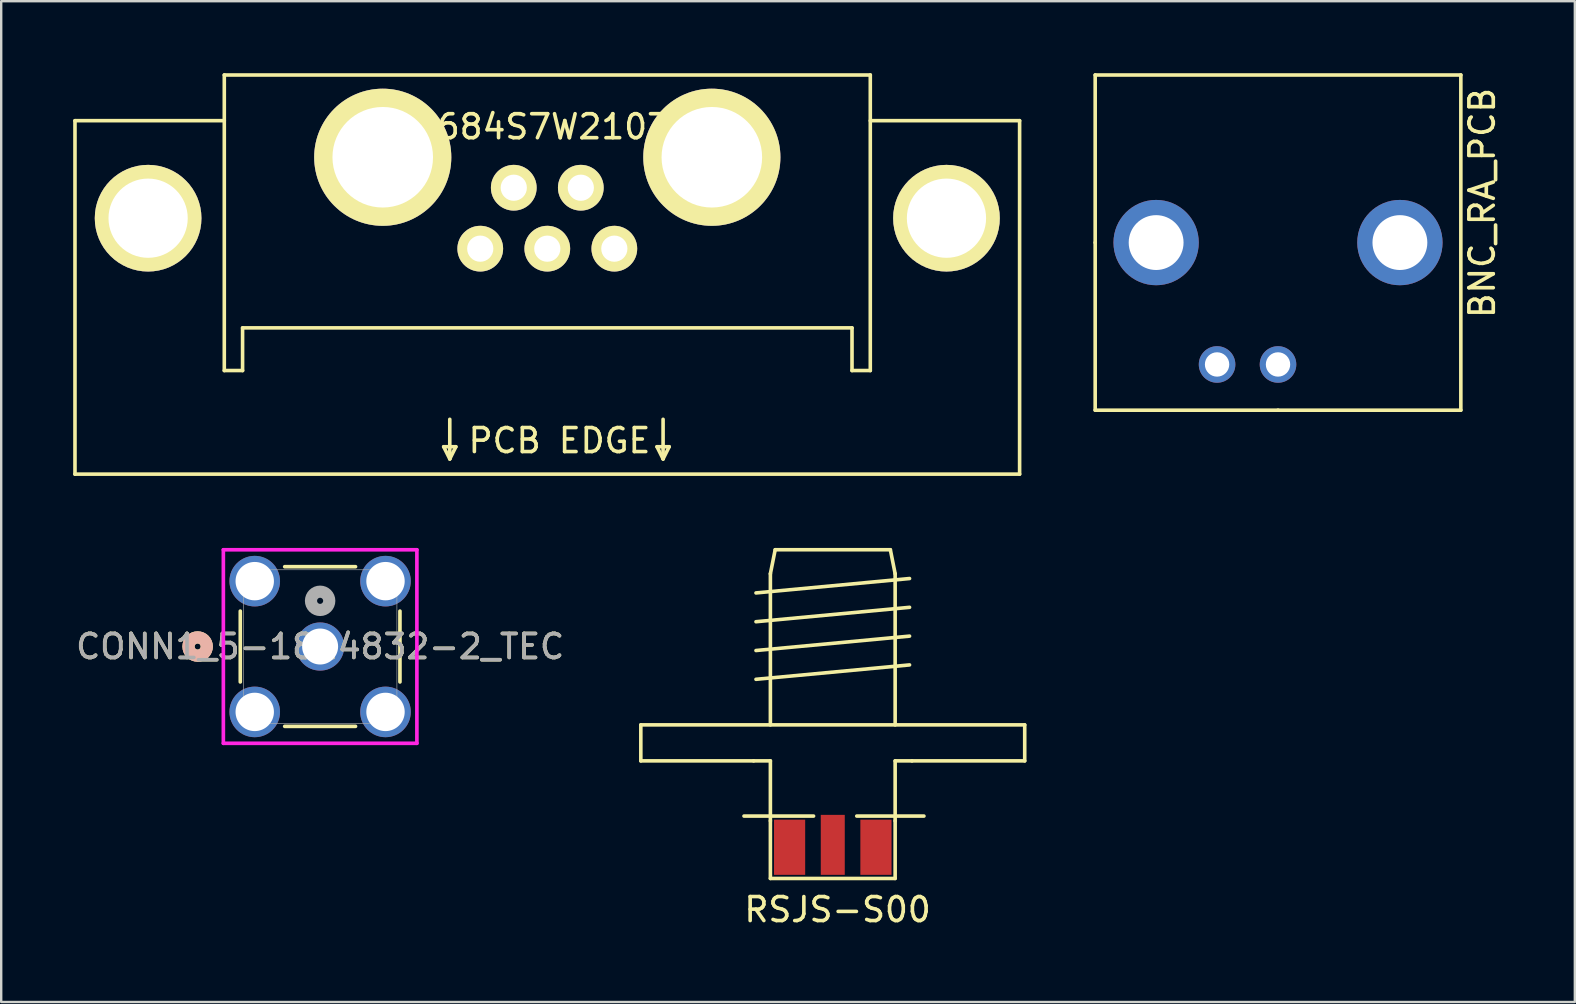
<source format=kicad_pcb>
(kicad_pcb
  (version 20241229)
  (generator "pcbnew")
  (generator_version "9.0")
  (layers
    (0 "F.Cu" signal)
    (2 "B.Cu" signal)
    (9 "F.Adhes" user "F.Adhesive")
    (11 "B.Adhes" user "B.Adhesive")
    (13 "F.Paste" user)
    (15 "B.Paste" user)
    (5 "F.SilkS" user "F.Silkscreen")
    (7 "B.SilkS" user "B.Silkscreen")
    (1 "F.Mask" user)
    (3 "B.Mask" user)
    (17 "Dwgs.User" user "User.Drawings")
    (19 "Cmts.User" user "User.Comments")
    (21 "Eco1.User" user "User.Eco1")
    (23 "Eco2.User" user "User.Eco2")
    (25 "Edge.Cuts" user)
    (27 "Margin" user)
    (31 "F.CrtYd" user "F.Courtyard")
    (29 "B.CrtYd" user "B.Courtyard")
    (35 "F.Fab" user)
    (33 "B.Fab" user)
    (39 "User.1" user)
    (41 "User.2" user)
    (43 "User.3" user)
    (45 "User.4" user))
  (footprint "RSJS-S00"
    (layer "F.Cu")
    (at 31.658 31.062)
    (property "Reference" "RSJS-S00" (at 0.2 3.8 0) (layer "F.SilkS") (effects (font (size 1 1) (thickness 0.15))))
    (attr through_hole)
    (fp_line (start -8 -3.9) (end -8 -2.4) (stroke (width 0.15) (type solid)) (layer "F.SilkS"))
    (fp_line (start -8 -2.4) (end -3.3 -2.4) (stroke (width 0.15) (type solid)) (layer "F.SilkS"))
    (fp_line (start -3.3 -2.4) (end -2.6 -2.4) (stroke (width 0.15) (type solid)) (layer "F.SilkS"))
    (fp_line (start -2.6 -10.2) (end -2.4 -11.2) (stroke (width 0.15) (type solid)) (layer "F.SilkS"))
    (fp_line (start -2.6 -3.9) (end -2.6 -10.2) (stroke (width 0.15) (type solid)) (layer "F.SilkS"))
    (fp_line (start -2.6 -2.4) (end -2.6 0.1) (stroke (width 0.15) (type solid)) (layer "F.SilkS"))
    (fp_line (start -2.6 0.1) (end -2.6 2.5) (stroke (width 0.15) (type solid)) (layer "F.SilkS"))
    (fp_line (start -2.6 2.5) (end 2.6 2.5) (stroke (width 0.15) (type solid)) (layer "F.SilkS"))
    (fp_line (start -2.4 -11.2) (end 2.4 -11.2) (stroke (width 0.15) (type solid)) (layer "F.SilkS"))
    (fp_line (start -0.8 -0.1) (end -3.7 -0.1) (stroke (width 0.15) (type solid)) (layer "F.SilkS"))
    (fp_line (start 1 -0.1) (end 3.8 -0.1) (stroke (width 0.15) (type solid)) (layer "F.SilkS"))
    (fp_line (start 2.4 -11.2) (end 2.6 -10.2) (stroke (width 0.15) (type solid)) (layer "F.SilkS"))
    (fp_line (start 2.6 -10.2) (end 2.6 -3.9) (stroke (width 0.15) (type solid)) (layer "F.SilkS"))
    (fp_line (start 2.6 -2.4) (end 2.6 0.1) (stroke (width 0.15) (type solid)) (layer "F.SilkS"))
    (fp_line (start 2.6 2.5) (end 2.6 0.1) (stroke (width 0.15) (type solid)) (layer "F.SilkS"))
    (fp_line (start 3.2 -10) (end -3.2 -9.4) (stroke (width 0.15) (type solid)) (layer "F.SilkS"))
    (fp_line (start 3.2 -8.8) (end -3.2 -8.2) (stroke (width 0.15) (type solid)) (layer "F.SilkS"))
    (fp_line (start 3.2 -7.6) (end -3.2 -7) (stroke (width 0.15) (type solid)) (layer "F.SilkS"))
    (fp_line (start 3.2 -6.4) (end -3.2 -5.8) (stroke (width 0.15) (type solid)) (layer "F.SilkS"))
    (fp_line (start 3.3 -2.4) (end 2.6 -2.4) (stroke (width 0.15) (type solid)) (layer "F.SilkS"))
    (fp_line (start 3.3 -2.4) (end 8 -2.4) (stroke (width 0.15) (type solid)) (layer "F.SilkS"))
    (fp_line (start 8 -3.9) (end -8 -3.9) (stroke (width 0.15) (type solid)) (layer "F.SilkS"))
    (fp_line (start 8 -2.4) (end 8 -3.9) (stroke (width 0.15) (type solid)) (layer "F.SilkS"))
    (pad "1" smd rect (at -1.8 1.2) (size 1.3 2.3) (layers "F.Cu" "F.Mask" "F.Paste"))
    (pad "2" smd rect (at 1.8 1.2) (size 1.3 2.3) (layers "F.Cu" "F.Mask" "F.Paste"))
    (pad "3" smd rect (at 0 1.1) (size 1 2.5) (layers "F.Cu" "F.Mask" "F.Paste")))
  (footprint "BNC_RA_PCB"
    (layer "F.Cu")
    (at 50.215 12.14)
    (property "Reference" "BNC_RA_PCB" (at 8.509 -6.731 270) (layer "F.SilkS") (effects (font (size 1.016 1.016) (thickness 0.152))))
    (attr through_hole)
    (fp_line (start -7.62 -12.065) (end 7.62 -12.065) (stroke (width 0.15) (type solid)) (layer "F.SilkS"))
    (fp_line (start -7.62 -5.08) (end -7.62 -12.065) (stroke (width 0.15) (type solid)) (layer "F.SilkS"))
    (fp_line (start -7.62 1.905) (end -7.62 -5.08) (stroke (width 0.15) (type solid)) (layer "F.SilkS"))
    (fp_line (start 0 1.905) (end -7.62 1.905) (stroke (width 0.15) (type solid)) (layer "F.SilkS"))
    (fp_line (start 7.62 -12.065) (end 7.62 1.905) (stroke (width 0.15) (type solid)) (layer "F.SilkS"))
    (fp_line (start 7.62 1.905) (end 0 1.905) (stroke (width 0.15) (type solid)) (layer "F.SilkS"))
    (pad "1" thru_hole circle (at 0 0) (size 1.524 1.524) (drill 1.016) (layers "*.Cu" "*.Mask"))
    (pad "2" thru_hole circle (at -2.54 0) (size 1.524 1.524) (drill 1.016) (layers "*.Cu" "*.Mask"))
    (pad "3" thru_hole circle (at 5.08 -5.08) (size 3.556 3.556) (drill 2.286) (layers "*.Cu" "*.Mask"))
    (pad "4" thru_hole circle (at -5.08 -5.08) (size 3.556 3.556) (drill 2.286) (layers "*.Cu" "*.Mask")))
  (footprint "684S7W2103"
    (layer "F.Cu")
    (at 19.76 6.044)
    (property "Reference" "684S7W2103" (at 0.254 -3.81 0) (layer "F.SilkS") (effects (font (size 1 1) (thickness 0.15))))
    (attr through_hole)
    (fp_line (start -19.685 -4.064) (end -19.685 10.668) (stroke (width 0.15) (type solid)) (layer "F.SilkS"))
    (fp_line (start -19.685 -4.064) (end -13.462 -4.064) (stroke (width 0.15) (type solid)) (layer "F.SilkS"))
    (fp_line (start -19.685 10.668) (end 19.685 10.668) (stroke (width 0.15) (type solid)) (layer "F.SilkS"))
    (fp_line (start -13.462 -5.969) (end -13.462 6.35) (stroke (width 0.15) (type solid)) (layer "F.SilkS"))
    (fp_line (start -13.462 6.35) (end -12.7 6.35) (stroke (width 0.15) (type solid)) (layer "F.SilkS"))
    (fp_line (start -12.7 4.572) (end 12.7 4.572) (stroke (width 0.15) (type solid)) (layer "F.SilkS"))
    (fp_line (start -12.7 6.35) (end -12.7 4.572) (stroke (width 0.15) (type solid)) (layer "F.SilkS"))
    (fp_line (start -4.318 9.525) (end -3.81 9.525) (stroke (width 0.15) (type solid)) (layer "F.SilkS"))
    (fp_line (start -4.064 8.382) (end -4.064 10.033) (stroke (width 0.15) (type solid)) (layer "F.SilkS"))
    (fp_line (start -4.064 10.033) (end -4.318 9.525) (stroke (width 0.15) (type solid)) (layer "F.SilkS"))
    (fp_line (start -3.81 9.525) (end -4.064 10.033) (stroke (width 0.15) (type solid)) (layer "F.SilkS"))
    (fp_line (start 4.572 9.525) (end 5.08 9.525) (stroke (width 0.15) (type solid)) (layer "F.SilkS"))
    (fp_line (start 4.826 8.382) (end 4.826 10.033) (stroke (width 0.15) (type solid)) (layer "F.SilkS"))
    (fp_line (start 4.826 10.033) (end 4.572 9.525) (stroke (width 0.15) (type solid)) (layer "F.SilkS"))
    (fp_line (start 5.08 9.525) (end 4.826 10.033) (stroke (width 0.15) (type solid)) (layer "F.SilkS"))
    (fp_line (start 12.7 4.572) (end 12.7 6.35) (stroke (width 0.15) (type solid)) (layer "F.SilkS"))
    (fp_line (start 12.7 6.35) (end 13.462 6.35) (stroke (width 0.15) (type solid)) (layer "F.SilkS"))
    (fp_line (start 13.462 -5.969) (end -13.462 -5.969) (stroke (width 0.15) (type solid)) (layer "F.SilkS"))
    (fp_line (start 13.462 6.35) (end 13.462 -5.969) (stroke (width 0.15) (type solid)) (layer "F.SilkS"))
    (fp_line (start 19.685 -4.064) (end 13.462 -4.064) (stroke (width 0.15) (type solid)) (layer "F.SilkS"))
    (fp_line (start 19.685 10.668) (end 19.685 -4.064) (stroke (width 0.15) (type solid)) (layer "F.SilkS"))
    (fp_text user "PCB EDGE" (at 0.508 9.271 0) (layer "F.SilkS") (effects (font (size 1 1) (thickness 0.15))))
    (pad "" np_thru_hole circle (at -16.637 0) (size 4.445 4.445) (drill 3.302) (layers "*.Cu" "*.Mask" "F.SilkS"))
    (pad "" np_thru_hole circle (at 16.637 0) (size 4.445 4.445) (drill 3.302) (layers "*.Cu" "*.Mask" "F.SilkS"))
    (pad "1" thru_hole circle (at -1.397 -1.27) (size 1.905 1.905) (drill 1.092) (layers "*.Cu" "*.Mask" "F.SilkS"))
    (pad "2" thru_hole circle (at 1.397 -1.27) (size 1.905 1.905) (drill 1.092) (layers "*.Cu" "*.Mask" "F.SilkS"))
    (pad "3" thru_hole circle (at -2.794 1.27) (size 1.905 1.905) (drill 1.092) (layers "*.Cu" "*.Mask" "F.SilkS"))
    (pad "4" thru_hole circle (at 0 1.27) (size 1.905 1.905) (drill 1.092) (layers "*.Cu" "*.Mask" "F.SilkS"))
    (pad "5" thru_hole circle (at 2.794 1.27) (size 1.905 1.905) (drill 1.092) (layers "*.Cu" "*.Mask" "F.SilkS"))
    (pad "A1" thru_hole circle (at -6.858 -2.54) (size 5.715 5.715) (drill 4.191) (layers "*.Cu" "*.Mask" "F.SilkS"))
    (pad "A2" thru_hole circle (at 6.858 -2.54) (size 5.715 5.715) (drill 4.191) (layers "*.Cu" "*.Mask" "F.SilkS")))
  (footprint "CONN1_5-1814832-2_TEC"
    (layer "F.Cu")
    (at 10.292 23.896)
    (property "Reference" "CONN1_5-1814832-2_TEC" (at 0 0 0) (unlocked yes) (layer "F.SilkS") (effects (font (size 1 1) (thickness 0.15))))
    (attr through_hole)
    (fp_line (start -3.327 -1.476) (end -3.327 1.476) (stroke (width 0.152) (type solid)) (layer "F.SilkS"))
    (fp_line (start -1.476 3.327) (end 1.476 3.327) (stroke (width 0.152) (type solid)) (layer "F.SilkS"))
    (fp_line (start 1.476 -3.327) (end -1.476 -3.327) (stroke (width 0.152) (type solid)) (layer "F.SilkS"))
    (fp_line (start 3.327 1.476) (end 3.327 -1.476) (stroke (width 0.152) (type solid)) (layer "F.SilkS"))
    (fp_circle (center -5.105 0) (end -4.724 0) (stroke (width 0.508) (type solid)) (fill no) (layer "F.SilkS"))
    (fp_circle (center -5.105 0) (end -4.724 0) (stroke (width 0.508) (type solid)) (fill no) (layer "B.SilkS"))
    (fp_line (start -4.033 -4.033) (end -4.033 4.033) (stroke (width 0.152) (type solid)) (layer "F.CrtYd"))
    (fp_line (start -4.033 4.033) (end 4.033 4.033) (stroke (width 0.152) (type solid)) (layer "F.CrtYd"))
    (fp_line (start 4.033 -4.033) (end -4.033 -4.033) (stroke (width 0.152) (type solid)) (layer "F.CrtYd"))
    (fp_line (start 4.033 4.033) (end 4.033 -4.033) (stroke (width 0.152) (type solid)) (layer "F.CrtYd"))
    (fp_line (start -3.2 -3.2) (end -3.2 3.2) (stroke (width 0.025) (type solid)) (layer "F.Fab"))
    (fp_line (start -3.2 3.2) (end 3.2 3.2) (stroke (width 0.025) (type solid)) (layer "F.Fab"))
    (fp_line (start 3.2 -3.2) (end -3.2 -3.2) (stroke (width 0.025) (type solid)) (layer "F.Fab"))
    (fp_line (start 3.2 3.2) (end 3.2 -3.2) (stroke (width 0.025) (type solid)) (layer "F.Fab"))
    (fp_circle (center 0 -1.905) (end 0.381 -1.905) (stroke (width 0.508) (type solid)) (fill no) (layer "F.Fab"))
    (fp_text user "${REFERENCE}" (at 0 0 0) (unlocked yes) (layer "F.Fab") (effects (font (size 1 1) (thickness 0.15))))
    (pad "1" thru_hole circle (at 0 0) (size 2.007 2.007) (drill 1.499) (layers "*.Cu" "*.Mask"))
    (pad "2" thru_hole circle (at -2.725 -2.725) (size 2.108 2.108) (drill 1.6) (layers "*.Cu" "*.Mask"))
    (pad "3" thru_hole circle (at 2.725 -2.725) (size 2.108 2.108) (drill 1.6) (layers "*.Cu" "*.Mask"))
    (pad "4" thru_hole circle (at -2.725 2.725) (size 2.108 2.108) (drill 1.6) (layers "*.Cu" "*.Mask"))
    (pad "5" thru_hole circle (at 2.725 2.725) (size 2.108 2.108) (drill 1.6) (layers "*.Cu" "*.Mask")))
  (gr_rect
    (start -3 -3)
    (end 62.586 38.71)
    (stroke (width 0.1) (type default))
    (fill no)
    (layer "Edge.Cuts")))
</source>
